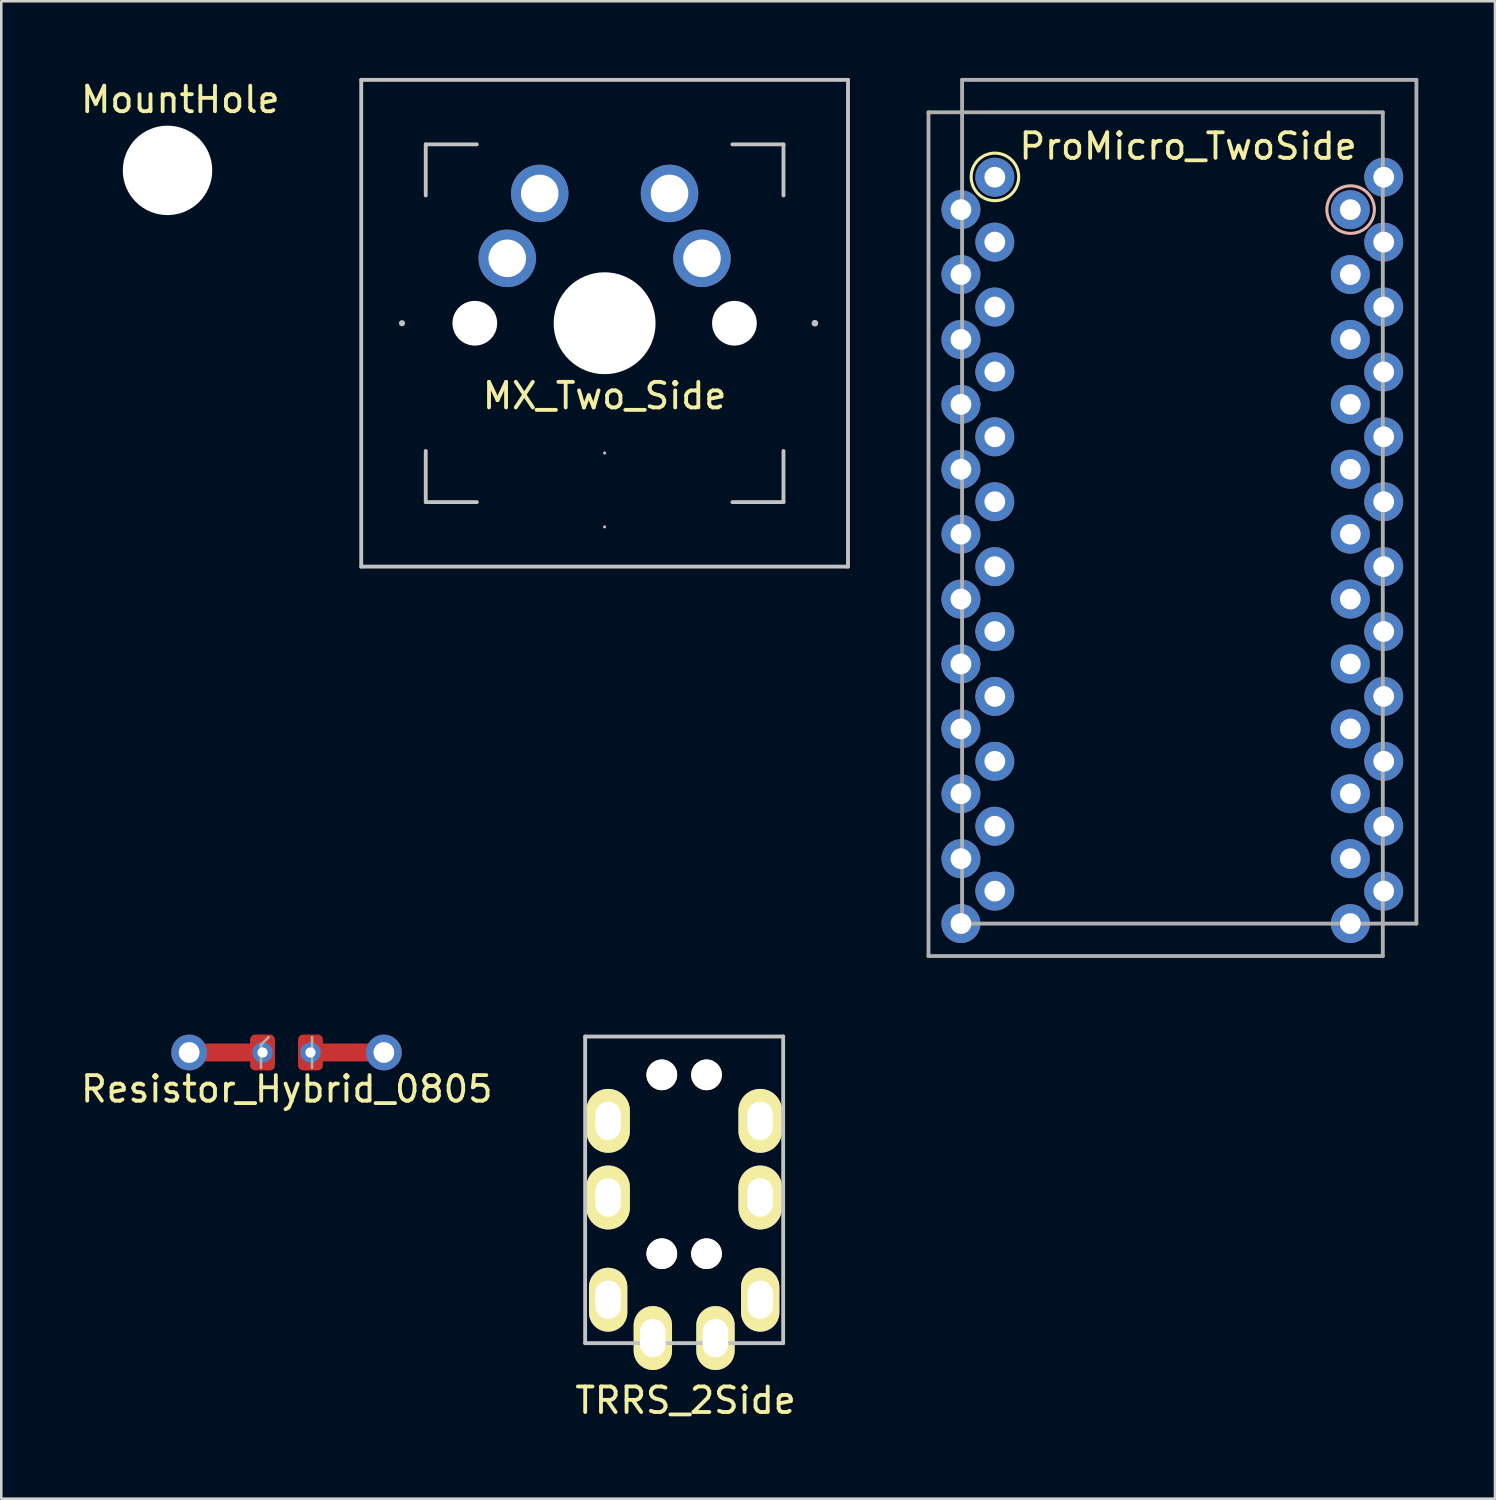
<source format=kicad_pcb>
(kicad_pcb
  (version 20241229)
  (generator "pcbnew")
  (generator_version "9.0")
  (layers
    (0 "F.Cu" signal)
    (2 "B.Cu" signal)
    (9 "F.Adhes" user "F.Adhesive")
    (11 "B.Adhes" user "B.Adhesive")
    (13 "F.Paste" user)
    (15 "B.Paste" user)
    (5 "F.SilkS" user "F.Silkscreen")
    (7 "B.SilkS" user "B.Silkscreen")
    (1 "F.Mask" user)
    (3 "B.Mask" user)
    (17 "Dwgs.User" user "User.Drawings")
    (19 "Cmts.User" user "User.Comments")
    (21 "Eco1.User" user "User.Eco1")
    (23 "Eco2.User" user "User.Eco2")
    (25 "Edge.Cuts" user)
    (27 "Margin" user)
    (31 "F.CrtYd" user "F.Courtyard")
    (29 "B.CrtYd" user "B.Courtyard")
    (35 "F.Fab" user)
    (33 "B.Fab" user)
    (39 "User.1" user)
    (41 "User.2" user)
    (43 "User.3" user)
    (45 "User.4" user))
  (footprint "ProMicro_TwoSide"
    (layer "F.Cu")
    (at 43.447 18.363)
    (property "Reference" "ProMicro_TwoSide" (at 0 -15.69 0) (layer "F.SilkS") (effects (font (size 1 1) (thickness 0.15))))
    (attr through_hole)
    (fp_circle (center -7.56 -14.49) (end -7.57 -13.56) (stroke (width 0.12) (type solid)) (fill no) (layer "F.SilkS"))
    (fp_circle (center 6.36 -13.21) (end 7.29 -13.21) (stroke (width 0.12) (type solid)) (fill no) (layer "B.SilkS"))
    (fp_line (start -10.16 -17.018) (end 7.62 -17.018) (stroke (width 0.15) (type solid)) (layer "F.Fab"))
    (fp_line (start -10.16 16.002) (end -10.16 -17.018) (stroke (width 0.15) (type solid)) (layer "F.Fab"))
    (fp_line (start -8.845 -18.288) (end 8.935 -18.288) (stroke (width 0.15) (type solid)) (layer "F.Fab"))
    (fp_line (start -8.845 14.732) (end -8.845 -18.288) (stroke (width 0.15) (type solid)) (layer "F.Fab"))
    (fp_line (start 7.62 -17.018) (end 7.62 16.002) (stroke (width 0.15) (type solid)) (layer "F.Fab"))
    (fp_line (start 7.62 16.002) (end -10.16 16.002) (stroke (width 0.15) (type solid)) (layer "F.Fab"))
    (fp_line (start 8.935 -18.288) (end 8.935 14.732) (stroke (width 0.15) (type solid)) (layer "F.Fab"))
    (fp_line (start 8.935 14.732) (end -8.845 14.732) (stroke (width 0.15) (type solid)) (layer "F.Fab"))
    (fp_text user "" (at -0.5 -17.25 0) (layer "F.SilkS") (effects (font (size 1 1) (thickness 0.15))))
    (fp_text user "" (at -1.206 -16.256 0) (layer "B.SilkS") (effects (font (size 1 1) (thickness 0.15)) (justify mirror)))
    (pad "1" thru_hole circle (at -8.89 -13.208) (size 1.524 1.524) (drill 0.813) (layers "*.Cu" "*.Mask"))
    (pad "1" thru_hole circle (at 7.656 -14.478) (size 1.524 1.524) (drill 0.813) (layers "*.Cu" "*.Mask"))
    (pad "2" thru_hole circle (at -8.89 -10.668) (size 1.524 1.524) (drill 0.813) (layers "*.Cu" "*.Mask"))
    (pad "2" thru_hole circle (at 7.656 -11.938) (size 1.524 1.524) (drill 0.813) (layers "*.Cu" "*.Mask"))
    (pad "3" thru_hole circle (at -8.89 -8.128) (size 1.524 1.524) (drill 0.813) (layers "*.Cu" "*.Mask"))
    (pad "3" thru_hole circle (at 7.656 -9.398) (size 1.524 1.524) (drill 0.813) (layers "*.Cu" "*.Mask"))
    (pad "4" thru_hole circle (at -8.89 -5.588) (size 1.524 1.524) (drill 0.813) (layers "*.Cu" "*.Mask"))
    (pad "4" thru_hole circle (at 7.656 -6.858) (size 1.524 1.524) (drill 0.813) (layers "*.Cu" "*.Mask"))
    (pad "5" thru_hole circle (at -8.89 -3.048) (size 1.524 1.524) (drill 0.813) (layers "*.Cu" "*.Mask"))
    (pad "5" thru_hole circle (at 7.656 -4.318) (size 1.524 1.524) (drill 0.813) (layers "*.Cu" "*.Mask"))
    (pad "6" thru_hole circle (at -8.89 -0.508) (size 1.524 1.524) (drill 0.813) (layers "*.Cu" "*.Mask"))
    (pad "6" thru_hole circle (at 7.656 -1.778) (size 1.524 1.524) (drill 0.813) (layers "*.Cu" "*.Mask"))
    (pad "7" thru_hole circle (at -8.89 2.032) (size 1.524 1.524) (drill 0.813) (layers "*.Cu" "*.Mask"))
    (pad "7" thru_hole circle (at 7.656 0.762) (size 1.524 1.524) (drill 0.813) (layers "*.Cu" "*.Mask"))
    (pad "8" thru_hole circle (at -8.89 4.572) (size 1.524 1.524) (drill 0.813) (layers "*.Cu" "*.Mask"))
    (pad "8" thru_hole circle (at 7.656 3.302) (size 1.524 1.524) (drill 0.813) (layers "*.Cu" "*.Mask"))
    (pad "9" thru_hole circle (at -8.89 7.112) (size 1.524 1.524) (drill 0.813) (layers "*.Cu" "*.Mask"))
    (pad "9" thru_hole circle (at 7.656 5.842) (size 1.524 1.524) (drill 0.813) (layers "*.Cu" "*.Mask"))
    (pad "10" thru_hole circle (at -8.89 9.652) (size 1.524 1.524) (drill 0.813) (layers "*.Cu" "*.Mask"))
    (pad "10" thru_hole circle (at 7.656 8.382) (size 1.524 1.524) (drill 0.813) (layers "*.Cu" "*.Mask"))
    (pad "11" thru_hole circle (at -8.89 12.192) (size 1.524 1.524) (drill 0.813) (layers "*.Cu" "*.Mask"))
    (pad "11" thru_hole circle (at 7.656 10.922) (size 1.524 1.524) (drill 0.813) (layers "*.Cu" "*.Mask"))
    (pad "12" thru_hole circle (at -8.89 14.732) (size 1.524 1.524) (drill 0.813) (layers "*.Cu" "*.Mask"))
    (pad "12" thru_hole circle (at 7.656 13.462) (size 1.524 1.524) (drill 0.813) (layers "*.Cu" "*.Mask"))
    (pad "13" thru_hole circle (at -7.564 13.462) (size 1.524 1.524) (drill 0.813) (layers "*.Cu" "*.Mask"))
    (pad "13" thru_hole circle (at 6.35 14.732) (size 1.524 1.524) (drill 0.813) (layers "*.Cu" "*.Mask"))
    (pad "14" thru_hole circle (at -7.564 10.922) (size 1.524 1.524) (drill 0.813) (layers "*.Cu" "*.Mask"))
    (pad "14" thru_hole circle (at 6.35 12.192) (size 1.524 1.524) (drill 0.813) (layers "*.Cu" "*.Mask"))
    (pad "15" thru_hole circle (at -7.564 8.382) (size 1.524 1.524) (drill 0.813) (layers "*.Cu" "*.Mask"))
    (pad "15" thru_hole circle (at 6.35 9.652) (size 1.524 1.524) (drill 0.813) (layers "*.Cu" "*.Mask"))
    (pad "16" thru_hole circle (at -7.564 5.842) (size 1.524 1.524) (drill 0.813) (layers "*.Cu" "*.Mask"))
    (pad "16" thru_hole circle (at 6.35 7.112) (size 1.524 1.524) (drill 0.813) (layers "*.Cu" "*.Mask"))
    (pad "17" thru_hole circle (at -7.564 3.302) (size 1.524 1.524) (drill 0.813) (layers "*.Cu" "*.Mask"))
    (pad "17" thru_hole circle (at 6.35 4.572) (size 1.524 1.524) (drill 0.813) (layers "*.Cu" "*.Mask"))
    (pad "18" thru_hole circle (at -7.564 0.762) (size 1.524 1.524) (drill 0.813) (layers "*.Cu" "*.Mask"))
    (pad "18" thru_hole circle (at 6.35 2.032) (size 1.524 1.524) (drill 0.813) (layers "*.Cu" "*.Mask"))
    (pad "19" thru_hole circle (at -7.564 -1.778) (size 1.524 1.524) (drill 0.813) (layers "*.Cu" "*.Mask"))
    (pad "19" thru_hole circle (at 6.35 -0.508) (size 1.524 1.524) (drill 0.813) (layers "*.Cu" "*.Mask"))
    (pad "20" thru_hole circle (at -7.564 -4.318) (size 1.524 1.524) (drill 0.813) (layers "*.Cu" "*.Mask"))
    (pad "20" thru_hole circle (at 6.35 -3.048) (size 1.524 1.524) (drill 0.813) (layers "*.Cu" "*.Mask"))
    (pad "21" thru_hole circle (at -7.564 -6.858) (size 1.524 1.524) (drill 0.813) (layers "*.Cu" "*.Mask"))
    (pad "21" thru_hole circle (at 6.35 -5.588) (size 1.524 1.524) (drill 0.813) (layers "*.Cu" "*.Mask"))
    (pad "22" thru_hole circle (at -7.564 -9.398) (size 1.524 1.524) (drill 0.813) (layers "*.Cu" "*.Mask"))
    (pad "22" thru_hole circle (at 6.35 -8.128) (size 1.524 1.524) (drill 0.813) (layers "*.Cu" "*.Mask"))
    (pad "23" thru_hole circle (at -7.564 -11.938) (size 1.524 1.524) (drill 0.813) (layers "*.Cu" "*.Mask"))
    (pad "23" thru_hole circle (at 6.35 -10.668) (size 1.524 1.524) (drill 0.813) (layers "*.Cu" "*.Mask"))
    (pad "24" thru_hole circle (at -7.564 -14.478) (size 1.524 1.524) (drill 0.813) (layers "*.Cu" "*.Mask"))
    (pad "24" thru_hole circle (at 6.35 -13.208) (size 1.524 1.524) (drill 0.813) (layers "*.Cu" "*.Mask")))
  (footprint "MountHole"
    (layer "F.Cu")
    (at 3.506 3.618)
    (property "Reference" "MountHole" (at 0.5 -2.77 0) (layer "F.SilkS") (effects (font (size 1 1) (thickness 0.15))))
    (attr through_hole)
    (pad "" np_thru_hole circle (at 0 0) (size 3.5 3.5) (drill 3.5) (layers "*.Cu" "*.Mask")))
  (footprint "TRRS_2Side"
    (layer "F.Cu")
    (at 23.78 43.875)
    (property "Reference" "TRRS_2Side" (at 0 7.88 0) (layer "F.SilkS") (effects (font (size 1 1) (thickness 0.15))))
    (attr through_hole)
    (fp_line (start -3.93 -6.36) (end 3.82 -6.36) (stroke (width 0.15) (type solid)) (layer "Dwgs.User"))
    (fp_line (start -3.93 5.64) (end -3.93 -6.36) (stroke (width 0.15) (type solid)) (layer "Dwgs.User"))
    (fp_line (start -3.93 5.64) (end 3.82 5.64) (stroke (width 0.15) (type solid)) (layer "Dwgs.User"))
    (fp_line (start 3.82 -6.36) (end 3.82 5.64) (stroke (width 0.15) (type solid)) (layer "Dwgs.User"))
    (pad "" np_thru_hole circle (at -0.93 -4.86) (size 1.2 1.2) (drill 1.2) (layers "*.Cu" "*.Mask" "F.SilkS"))
    (pad "" np_thru_hole circle (at -0.93 2.14) (size 1.2 1.2) (drill 1.2) (layers "*.Cu" "*.Mask" "F.SilkS"))
    (pad "" np_thru_hole circle (at 0.82 -4.86) (size 1.2 1.2) (drill 1.2) (layers "*.Cu" "*.Mask" "F.SilkS"))
    (pad "" np_thru_hole circle (at 0.82 2.14) (size 1.2 1.2) (drill 1.2) (layers "*.Cu" "*.Mask" "F.SilkS"))
    (pad "A" thru_hole oval (at -1.28 5.44) (size 1.5 2.5) (drill oval 1 1.5) (layers "*.Cu" "*.Mask" "F.SilkS"))
    (pad "A" thru_hole oval (at 1.17 5.44) (size 1.5 2.5) (drill oval 1 1.5) (layers "*.Cu" "*.Mask" "F.SilkS"))
    (pad "B" thru_hole oval (at -3.03 -3.06) (size 1.7 2.5) (drill oval 1 1.5) (layers "*.Cu" "*.Mask" "F.SilkS"))
    (pad "B" thru_hole oval (at 2.92 -3.06) (size 1.7 2.5) (drill oval 1 1.5) (layers "*.Cu" "*.Mask" "F.SilkS"))
    (pad "C" thru_hole oval (at -3.03 -0.06) (size 1.7 2.5) (drill oval 1 1.5) (layers "*.Cu" "*.Mask" "F.SilkS"))
    (pad "C" thru_hole oval (at 2.92 -0.06) (size 1.7 2.5) (drill oval 1 1.5) (layers "*.Cu" "*.Mask" "F.SilkS"))
    (pad "D" thru_hole oval (at -3.03 3.94) (size 1.5 2.5) (drill oval 1 1.5) (layers "*.Cu" "*.Mask" "F.SilkS"))
    (pad "D" thru_hole oval (at 2.92 3.94) (size 1.5 2.5) (drill oval 1 1.5) (layers "*.Cu" "*.Mask" "F.SilkS")))
  (footprint "MX_Two_Side"
    (layer "F.Cu")
    (at 20.612 9.6)
    (property "Reference" "MX_Two_Side" (at 0 2.84 0) (layer "F.SilkS") (effects (font (size 1 1) (thickness 0.15))))
    (attr through_hole)
    (fp_line (start -9.525 -9.525) (end 9.525 -9.525) (stroke (width 0.15) (type solid)) (layer "Dwgs.User"))
    (fp_line (start -9.525 9.525) (end -9.525 -9.525) (stroke (width 0.15) (type solid)) (layer "Dwgs.User"))
    (fp_line (start -7 -7) (end -7 -5) (stroke (width 0.15) (type solid)) (layer "Dwgs.User"))
    (fp_line (start -7 5) (end -7 7) (stroke (width 0.15) (type solid)) (layer "Dwgs.User"))
    (fp_line (start -7 7) (end -5 7) (stroke (width 0.15) (type solid)) (layer "Dwgs.User"))
    (fp_line (start -5 -7) (end -7 -7) (stroke (width 0.15) (type solid)) (layer "Dwgs.User"))
    (fp_line (start 0 5.08) (end 0 5.08) (stroke (width 0.12) (type solid)) (layer "Dwgs.User"))
    (fp_line (start 0 7.97) (end 0 7.97) (stroke (width 0.12) (type solid)) (layer "Dwgs.User"))
    (fp_line (start 5 -7) (end 7 -7) (stroke (width 0.15) (type solid)) (layer "Dwgs.User"))
    (fp_line (start 5 7) (end 7 7) (stroke (width 0.15) (type solid)) (layer "Dwgs.User"))
    (fp_line (start 7 -7) (end 7 -5) (stroke (width 0.15) (type solid)) (layer "Dwgs.User"))
    (fp_line (start 7 7) (end 7 5) (stroke (width 0.15) (type solid)) (layer "Dwgs.User"))
    (fp_line (start 9.525 -9.525) (end 9.525 9.525) (stroke (width 0.15) (type solid)) (layer "Dwgs.User"))
    (fp_line (start 9.525 9.525) (end -9.525 9.525) (stroke (width 0.15) (type solid)) (layer "Dwgs.User"))
    (fp_circle (center -7.93 0) (end -7.93 0) (stroke (width 0.12) (type solid)) (fill no) (layer "Dwgs.User"))
    (fp_circle (center 8.23 0) (end 8.23 0.01) (stroke (width 0.12) (type solid)) (fill no) (layer "Dwgs.User"))
    (pad "" np_thru_hole circle (at -5.08 0 48.1) (size 1.75 1.75) (drill 1.75) (layers "*.Cu" "*.Mask"))
    (pad "" np_thru_hole circle (at 0 0) (size 3.988 3.988) (drill 3.988) (layers "*.Cu" "*.Mask"))
    (pad "" np_thru_hole circle (at 5.08 0 48.1) (size 1.75 1.75) (drill 1.75) (layers "*.Cu" "*.Mask"))
    (pad "1" thru_hole circle (at -3.81 -2.54) (size 2.25 2.25) (drill 1.47) (layers "*.Cu" "*.Mask"))
    (pad "1" thru_hole circle (at 3.81 -2.54) (size 2.25 2.25) (drill 1.47) (layers "*.Cu" "*.Mask"))
    (pad "2" thru_hole circle (at -2.54 -5.08) (size 2.25 2.25) (drill 1.47) (layers "*.Cu" "*.Mask"))
    (pad "2" thru_hole circle (at 2.54 -5.08) (size 2.25 2.25) (drill 1.47) (layers "*.Cu" "*.Mask")))
  (footprint "Resistor_Hybrid_0805"
    (layer "F.Cu")
    (at 8.163 38.14)
    (property "Reference" "Resistor_Hybrid_0805" (at 0.01 1.43 0) (layer "F.SilkS") (effects (font (size 1 1) (thickness 0.15))))
    (attr through_hole)
    (fp_line (start -1 -0.3) (end -1 0.6) (stroke (width 0.1) (type solid)) (layer "F.Fab"))
    (fp_line (start -0.7 -0.6) (end -1 -0.3) (stroke (width 0.1) (type solid)) (layer "F.Fab"))
    (fp_line (start 1 0.6) (end 1 -0.6) (stroke (width 0.1) (type solid)) (layer "F.Fab"))
    (pad "1" thru_hole circle (at -3.81 0) (size 1.397 1.397) (drill 0.813) (layers "*.Cu" "*.Mask"))
    (pad "1" smd rect (at -2.27 0) (size 2.2 0.7) (layers "F.Cu"))
    (pad "1" thru_hole circle (at -0.938 0) (size 0.8 0.8) (drill 0.4) (layers "*.Cu" "*.Mask"))
    (pad "1" smd roundrect (at -0.938 0) (size 0.975 1.4) (layers "*.Paste" "*.Mask" "F.Cu") (roundrect_rratio 0.2))
    (pad "2" thru_hole circle (at 0.938 0) (size 0.8 0.8) (drill 0.4) (layers "*.Cu" "*.Mask"))
    (pad "2" smd roundrect (at 0.938 0) (size 0.975 1.4) (layers "*.Paste" "*.Mask" "F.Cu") (roundrect_rratio 0.2))
    (pad "2" smd rect (at 2.27 0) (size 2.2 0.7) (layers "F.Cu"))
    (pad "2" thru_hole circle (at 3.81 0) (size 1.397 1.397) (drill 0.813) (layers "*.Cu" "*.Mask")))
  (gr_rect
    (start -3 -3)
    (end 55.457 55.603)
    (stroke (width 0.1) (type default))
    (fill no)
    (layer "Edge.Cuts")))
</source>
